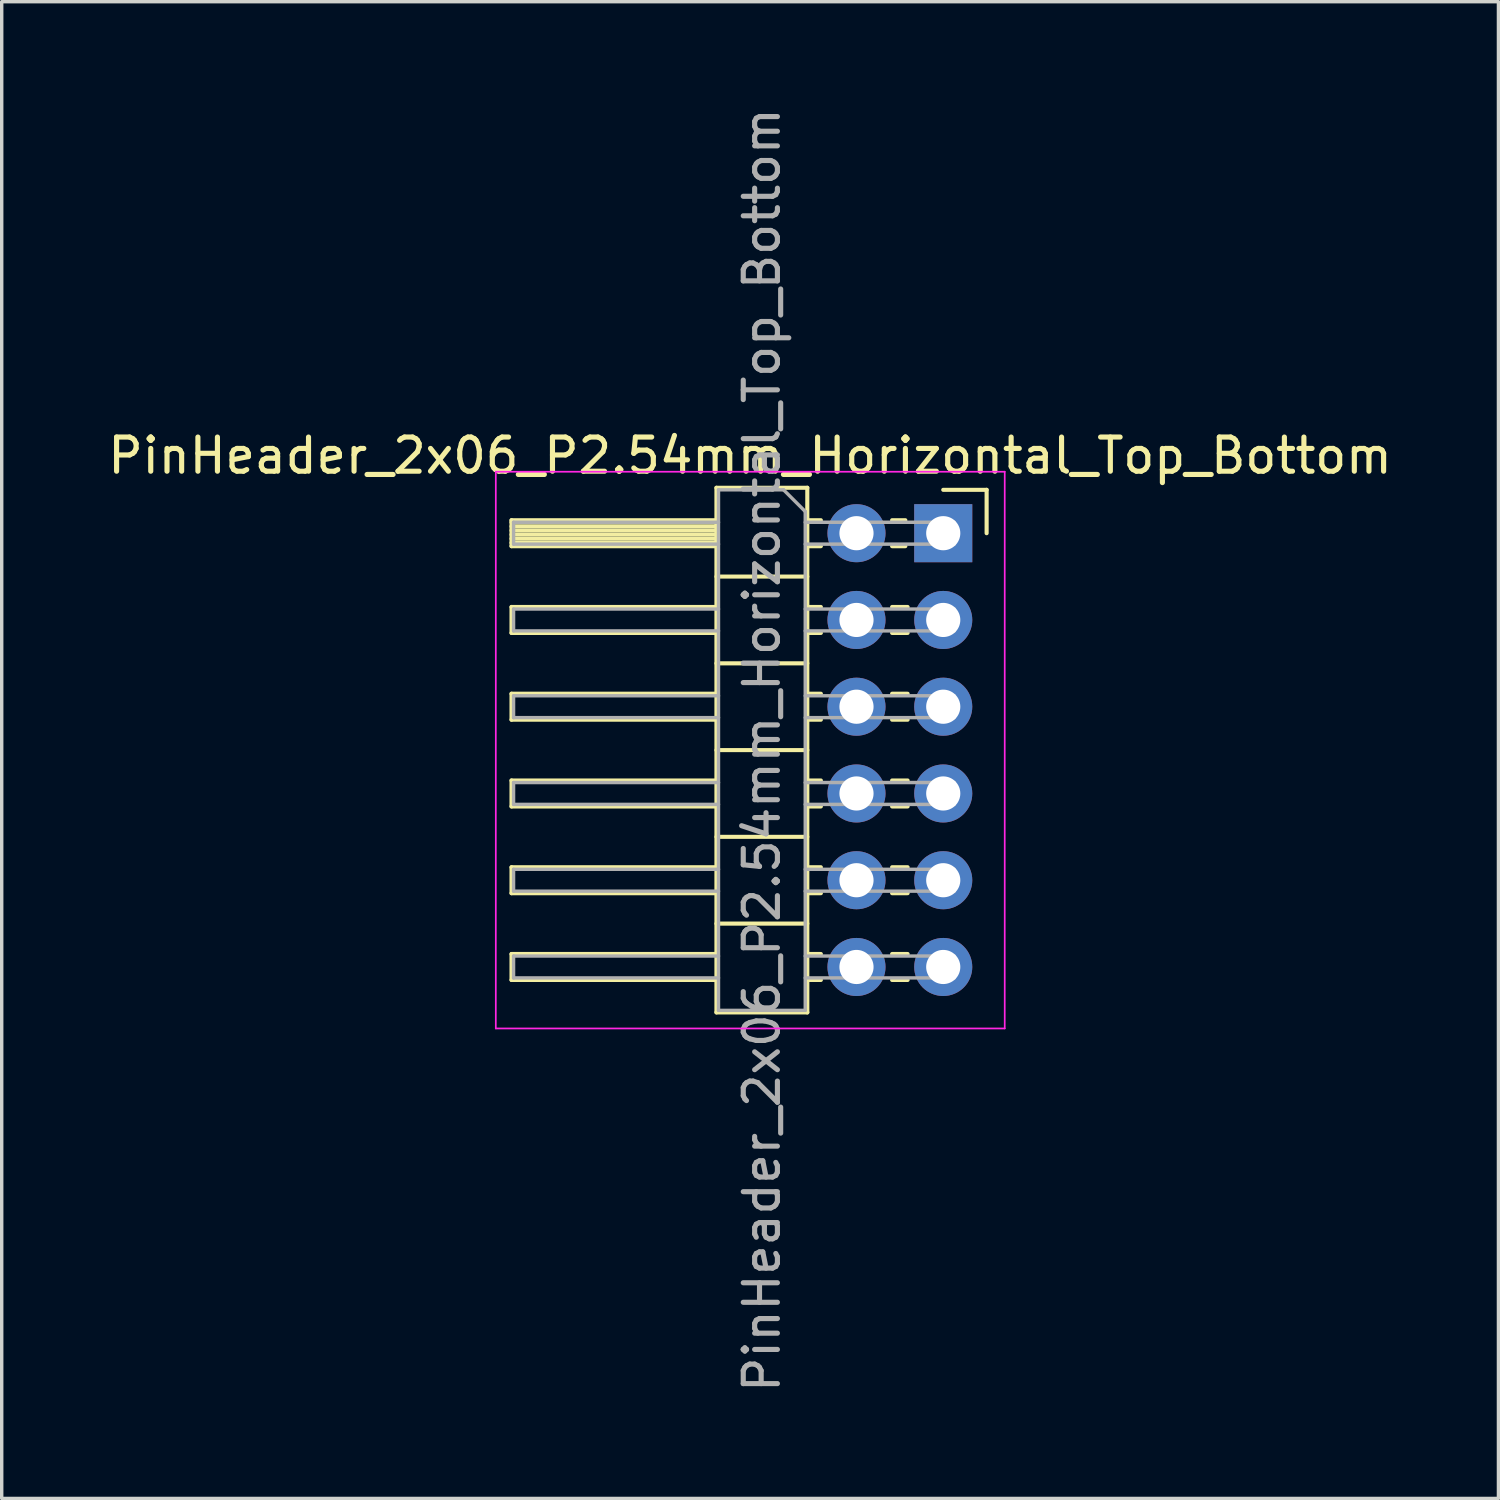
<source format=kicad_pcb>
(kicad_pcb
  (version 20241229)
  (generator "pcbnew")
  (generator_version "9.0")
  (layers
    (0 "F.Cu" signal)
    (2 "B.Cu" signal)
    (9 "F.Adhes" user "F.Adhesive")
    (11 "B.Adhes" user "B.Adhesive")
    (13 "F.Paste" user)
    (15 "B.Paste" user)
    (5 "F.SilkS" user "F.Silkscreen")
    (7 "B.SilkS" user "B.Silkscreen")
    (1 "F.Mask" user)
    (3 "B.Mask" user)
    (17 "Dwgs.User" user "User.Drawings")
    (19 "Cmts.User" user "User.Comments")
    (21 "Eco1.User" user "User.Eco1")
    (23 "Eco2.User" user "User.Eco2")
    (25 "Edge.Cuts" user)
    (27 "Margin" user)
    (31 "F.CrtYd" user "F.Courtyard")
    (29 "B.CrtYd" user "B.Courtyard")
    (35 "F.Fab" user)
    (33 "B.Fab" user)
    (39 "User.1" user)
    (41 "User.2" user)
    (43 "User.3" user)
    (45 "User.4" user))
  (footprint "PinHeader_2x06_P2.54mm_Horizontal_Top_Bottom"
    (layer "F.Cu")
    (at 24.566 12.561)
    (property "Reference" "PinHeader_2x06_P2.54mm_Horizontal_Top_Bottom" (at -5.655 -2.27 0) (layer "F.SilkS") (effects (font (size 1 1) (thickness 0.15))))
    (attr through_hole)
    (fp_line (start -12.64 -0.38) (end -12.64 0.38) (stroke (width 0.12) (type solid)) (layer "F.SilkS"))
    (fp_line (start -12.64 0.38) (end -6.64 0.38) (stroke (width 0.12) (type solid)) (layer "F.SilkS"))
    (fp_line (start -12.64 2.16) (end -12.64 2.92) (stroke (width 0.12) (type solid)) (layer "F.SilkS"))
    (fp_line (start -12.64 2.92) (end -6.64 2.92) (stroke (width 0.12) (type solid)) (layer "F.SilkS"))
    (fp_line (start -12.64 4.7) (end -12.64 5.46) (stroke (width 0.12) (type solid)) (layer "F.SilkS"))
    (fp_line (start -12.64 5.46) (end -6.64 5.46) (stroke (width 0.12) (type solid)) (layer "F.SilkS"))
    (fp_line (start -12.64 7.24) (end -12.64 8) (stroke (width 0.12) (type solid)) (layer "F.SilkS"))
    (fp_line (start -12.64 8) (end -6.64 8) (stroke (width 0.12) (type solid)) (layer "F.SilkS"))
    (fp_line (start -12.64 9.78) (end -12.64 10.54) (stroke (width 0.12) (type solid)) (layer "F.SilkS"))
    (fp_line (start -12.64 10.54) (end -6.64 10.54) (stroke (width 0.12) (type solid)) (layer "F.SilkS"))
    (fp_line (start -12.64 12.32) (end -12.64 13.08) (stroke (width 0.12) (type solid)) (layer "F.SilkS"))
    (fp_line (start -12.64 13.08) (end -6.64 13.08) (stroke (width 0.12) (type solid)) (layer "F.SilkS"))
    (fp_line (start -6.64 -1.33) (end -3.98 -1.33) (stroke (width 0.12) (type solid)) (layer "F.SilkS"))
    (fp_line (start -6.64 -0.38) (end -12.64 -0.38) (stroke (width 0.12) (type solid)) (layer "F.SilkS"))
    (fp_line (start -6.64 -0.32) (end -12.64 -0.32) (stroke (width 0.12) (type solid)) (layer "F.SilkS"))
    (fp_line (start -6.64 -0.2) (end -12.64 -0.2) (stroke (width 0.12) (type solid)) (layer "F.SilkS"))
    (fp_line (start -6.64 -0.08) (end -12.64 -0.08) (stroke (width 0.12) (type solid)) (layer "F.SilkS"))
    (fp_line (start -6.64 0.04) (end -12.64 0.04) (stroke (width 0.12) (type solid)) (layer "F.SilkS"))
    (fp_line (start -6.64 0.16) (end -12.64 0.16) (stroke (width 0.12) (type solid)) (layer "F.SilkS"))
    (fp_line (start -6.64 0.28) (end -12.64 0.28) (stroke (width 0.12) (type solid)) (layer "F.SilkS"))
    (fp_line (start -6.64 2.16) (end -12.64 2.16) (stroke (width 0.12) (type solid)) (layer "F.SilkS"))
    (fp_line (start -6.64 4.7) (end -12.64 4.7) (stroke (width 0.12) (type solid)) (layer "F.SilkS"))
    (fp_line (start -6.64 7.24) (end -12.64 7.24) (stroke (width 0.12) (type solid)) (layer "F.SilkS"))
    (fp_line (start -6.64 9.78) (end -12.64 9.78) (stroke (width 0.12) (type solid)) (layer "F.SilkS"))
    (fp_line (start -6.64 12.32) (end -12.64 12.32) (stroke (width 0.12) (type solid)) (layer "F.SilkS"))
    (fp_line (start -6.64 14.03) (end -6.64 -1.33) (stroke (width 0.12) (type solid)) (layer "F.SilkS"))
    (fp_line (start -3.98 -1.33) (end -3.98 14.03) (stroke (width 0.12) (type solid)) (layer "F.SilkS"))
    (fp_line (start -3.98 1.27) (end -6.64 1.27) (stroke (width 0.12) (type solid)) (layer "F.SilkS"))
    (fp_line (start -3.98 3.81) (end -6.64 3.81) (stroke (width 0.12) (type solid)) (layer "F.SilkS"))
    (fp_line (start -3.98 6.35) (end -6.64 6.35) (stroke (width 0.12) (type solid)) (layer "F.SilkS"))
    (fp_line (start -3.98 8.89) (end -6.64 8.89) (stroke (width 0.12) (type solid)) (layer "F.SilkS"))
    (fp_line (start -3.98 11.43) (end -6.64 11.43) (stroke (width 0.12) (type solid)) (layer "F.SilkS"))
    (fp_line (start -3.98 14.03) (end -6.64 14.03) (stroke (width 0.12) (type solid)) (layer "F.SilkS"))
    (fp_line (start -3.583 -0.38) (end -3.98 -0.38) (stroke (width 0.12) (type solid)) (layer "F.SilkS"))
    (fp_line (start -3.583 0.38) (end -3.98 0.38) (stroke (width 0.12) (type solid)) (layer "F.SilkS"))
    (fp_line (start -3.583 2.16) (end -3.98 2.16) (stroke (width 0.12) (type solid)) (layer "F.SilkS"))
    (fp_line (start -3.583 2.92) (end -3.98 2.92) (stroke (width 0.12) (type solid)) (layer "F.SilkS"))
    (fp_line (start -3.583 4.7) (end -3.98 4.7) (stroke (width 0.12) (type solid)) (layer "F.SilkS"))
    (fp_line (start -3.583 5.46) (end -3.98 5.46) (stroke (width 0.12) (type solid)) (layer "F.SilkS"))
    (fp_line (start -3.583 7.24) (end -3.98 7.24) (stroke (width 0.12) (type solid)) (layer "F.SilkS"))
    (fp_line (start -3.583 8) (end -3.98 8) (stroke (width 0.12) (type solid)) (layer "F.SilkS"))
    (fp_line (start -3.583 9.78) (end -3.98 9.78) (stroke (width 0.12) (type solid)) (layer "F.SilkS"))
    (fp_line (start -3.583 10.54) (end -3.98 10.54) (stroke (width 0.12) (type solid)) (layer "F.SilkS"))
    (fp_line (start -3.583 12.32) (end -3.98 12.32) (stroke (width 0.12) (type solid)) (layer "F.SilkS"))
    (fp_line (start -3.583 13.08) (end -3.98 13.08) (stroke (width 0.12) (type solid)) (layer "F.SilkS"))
    (fp_line (start -1.11 -0.38) (end -1.497 -0.38) (stroke (width 0.12) (type solid)) (layer "F.SilkS"))
    (fp_line (start -1.11 0.38) (end -1.497 0.38) (stroke (width 0.12) (type solid)) (layer "F.SilkS"))
    (fp_line (start -1.043 2.16) (end -1.497 2.16) (stroke (width 0.12) (type solid)) (layer "F.SilkS"))
    (fp_line (start -1.043 2.92) (end -1.497 2.92) (stroke (width 0.12) (type solid)) (layer "F.SilkS"))
    (fp_line (start -1.043 4.7) (end -1.497 4.7) (stroke (width 0.12) (type solid)) (layer "F.SilkS"))
    (fp_line (start -1.043 5.46) (end -1.497 5.46) (stroke (width 0.12) (type solid)) (layer "F.SilkS"))
    (fp_line (start -1.043 7.24) (end -1.497 7.24) (stroke (width 0.12) (type solid)) (layer "F.SilkS"))
    (fp_line (start -1.043 8) (end -1.497 8) (stroke (width 0.12) (type solid)) (layer "F.SilkS"))
    (fp_line (start -1.043 9.78) (end -1.497 9.78) (stroke (width 0.12) (type solid)) (layer "F.SilkS"))
    (fp_line (start -1.043 10.54) (end -1.497 10.54) (stroke (width 0.12) (type solid)) (layer "F.SilkS"))
    (fp_line (start -1.043 12.32) (end -1.497 12.32) (stroke (width 0.12) (type solid)) (layer "F.SilkS"))
    (fp_line (start -1.043 13.08) (end -1.497 13.08) (stroke (width 0.12) (type solid)) (layer "F.SilkS"))
    (fp_line (start 1.27 -1.27) (end 0 -1.27) (stroke (width 0.12) (type solid)) (layer "F.SilkS"))
    (fp_line (start 1.27 0) (end 1.27 -1.27) (stroke (width 0.12) (type solid)) (layer "F.SilkS"))
    (fp_line (start -13.1 -1.8) (end 1.8 -1.8) (stroke (width 0.05) (type solid)) (layer "F.CrtYd"))
    (fp_line (start -13.1 14.5) (end -13.1 -1.8) (stroke (width 0.05) (type solid)) (layer "F.CrtYd"))
    (fp_line (start 1.8 -1.8) (end 1.8 14.5) (stroke (width 0.05) (type solid)) (layer "F.CrtYd"))
    (fp_line (start 1.8 14.5) (end -13.1 14.5) (stroke (width 0.05) (type solid)) (layer "F.CrtYd"))
    (fp_line (start -12.58 -0.32) (end -12.58 0.32) (stroke (width 0.1) (type solid)) (layer "F.Fab"))
    (fp_line (start -12.58 2.22) (end -12.58 2.86) (stroke (width 0.1) (type solid)) (layer "F.Fab"))
    (fp_line (start -12.58 4.76) (end -12.58 5.4) (stroke (width 0.1) (type solid)) (layer "F.Fab"))
    (fp_line (start -12.58 7.3) (end -12.58 7.94) (stroke (width 0.1) (type solid)) (layer "F.Fab"))
    (fp_line (start -12.58 9.84) (end -12.58 10.48) (stroke (width 0.1) (type solid)) (layer "F.Fab"))
    (fp_line (start -12.58 12.38) (end -12.58 13.02) (stroke (width 0.1) (type solid)) (layer "F.Fab"))
    (fp_line (start -6.58 -1.27) (end -6.58 13.97) (stroke (width 0.1) (type solid)) (layer "F.Fab"))
    (fp_line (start -6.58 -0.32) (end -12.58 -0.32) (stroke (width 0.1) (type solid)) (layer "F.Fab"))
    (fp_line (start -6.58 0.32) (end -12.58 0.32) (stroke (width 0.1) (type solid)) (layer "F.Fab"))
    (fp_line (start -6.58 2.22) (end -12.58 2.22) (stroke (width 0.1) (type solid)) (layer "F.Fab"))
    (fp_line (start -6.58 2.86) (end -12.58 2.86) (stroke (width 0.1) (type solid)) (layer "F.Fab"))
    (fp_line (start -6.58 4.76) (end -12.58 4.76) (stroke (width 0.1) (type solid)) (layer "F.Fab"))
    (fp_line (start -6.58 5.4) (end -12.58 5.4) (stroke (width 0.1) (type solid)) (layer "F.Fab"))
    (fp_line (start -6.58 7.3) (end -12.58 7.3) (stroke (width 0.1) (type solid)) (layer "F.Fab"))
    (fp_line (start -6.58 7.94) (end -12.58 7.94) (stroke (width 0.1) (type solid)) (layer "F.Fab"))
    (fp_line (start -6.58 9.84) (end -12.58 9.84) (stroke (width 0.1) (type solid)) (layer "F.Fab"))
    (fp_line (start -6.58 10.48) (end -12.58 10.48) (stroke (width 0.1) (type solid)) (layer "F.Fab"))
    (fp_line (start -6.58 12.38) (end -12.58 12.38) (stroke (width 0.1) (type solid)) (layer "F.Fab"))
    (fp_line (start -6.58 13.02) (end -12.58 13.02) (stroke (width 0.1) (type solid)) (layer "F.Fab"))
    (fp_line (start -6.58 13.97) (end -4.04 13.97) (stroke (width 0.1) (type solid)) (layer "F.Fab"))
    (fp_line (start -4.675 -1.27) (end -6.58 -1.27) (stroke (width 0.1) (type solid)) (layer "F.Fab"))
    (fp_line (start -4.04 -0.635) (end -4.675 -1.27) (stroke (width 0.1) (type solid)) (layer "F.Fab"))
    (fp_line (start -4.04 13.97) (end -4.04 -0.635) (stroke (width 0.1) (type solid)) (layer "F.Fab"))
    (fp_line (start 0.32 -0.32) (end -4.04 -0.32) (stroke (width 0.1) (type solid)) (layer "F.Fab"))
    (fp_line (start 0.32 -0.32) (end 0.32 0.32) (stroke (width 0.1) (type solid)) (layer "F.Fab"))
    (fp_line (start 0.32 0.32) (end -4.04 0.32) (stroke (width 0.1) (type solid)) (layer "F.Fab"))
    (fp_line (start 0.32 2.22) (end -4.04 2.22) (stroke (width 0.1) (type solid)) (layer "F.Fab"))
    (fp_line (start 0.32 2.22) (end 0.32 2.86) (stroke (width 0.1) (type solid)) (layer "F.Fab"))
    (fp_line (start 0.32 2.86) (end -4.04 2.86) (stroke (width 0.1) (type solid)) (layer "F.Fab"))
    (fp_line (start 0.32 4.76) (end -4.04 4.76) (stroke (width 0.1) (type solid)) (layer "F.Fab"))
    (fp_line (start 0.32 4.76) (end 0.32 5.4) (stroke (width 0.1) (type solid)) (layer "F.Fab"))
    (fp_line (start 0.32 5.4) (end -4.04 5.4) (stroke (width 0.1) (type solid)) (layer "F.Fab"))
    (fp_line (start 0.32 7.3) (end -4.04 7.3) (stroke (width 0.1) (type solid)) (layer "F.Fab"))
    (fp_line (start 0.32 7.3) (end 0.32 7.94) (stroke (width 0.1) (type solid)) (layer "F.Fab"))
    (fp_line (start 0.32 7.94) (end -4.04 7.94) (stroke (width 0.1) (type solid)) (layer "F.Fab"))
    (fp_line (start 0.32 9.84) (end -4.04 9.84) (stroke (width 0.1) (type solid)) (layer "F.Fab"))
    (fp_line (start 0.32 9.84) (end 0.32 10.48) (stroke (width 0.1) (type solid)) (layer "F.Fab"))
    (fp_line (start 0.32 10.48) (end -4.04 10.48) (stroke (width 0.1) (type solid)) (layer "F.Fab"))
    (fp_line (start 0.32 12.38) (end -4.04 12.38) (stroke (width 0.1) (type solid)) (layer "F.Fab"))
    (fp_line (start 0.32 12.38) (end 0.32 13.02) (stroke (width 0.1) (type solid)) (layer "F.Fab"))
    (fp_line (start 0.32 13.02) (end -4.04 13.02) (stroke (width 0.1) (type solid)) (layer "F.Fab"))
    (fp_text user "${REFERENCE}" (at -5.31 6.35 90) (layer "F.Fab") (effects (font (size 1 1) (thickness 0.15))))
    (pad "1" thru_hole rect (at 0 0) (size 1.7 1.7) (drill 1) (layers "*.Cu" "*.Mask"))
    (pad "2" thru_hole oval (at 0 2.54) (size 1.7 1.7) (drill 1) (layers "*.Cu" "*.Mask"))
    (pad "3" thru_hole oval (at 0 5.08) (size 1.7 1.7) (drill 1) (layers "*.Cu" "*.Mask"))
    (pad "4" thru_hole oval (at 0 7.62) (size 1.7 1.7) (drill 1) (layers "*.Cu" "*.Mask"))
    (pad "5" thru_hole oval (at 0 10.16) (size 1.7 1.7) (drill 1) (layers "*.Cu" "*.Mask"))
    (pad "6" thru_hole oval (at 0 12.7) (size 1.7 1.7) (drill 1) (layers "*.Cu" "*.Mask"))
    (pad "7" thru_hole oval (at -2.54 0) (size 1.7 1.7) (drill 1) (layers "*.Cu" "*.Mask"))
    (pad "8" thru_hole oval (at -2.54 2.54) (size 1.7 1.7) (drill 1) (layers "*.Cu" "*.Mask"))
    (pad "9" thru_hole oval (at -2.54 5.08) (size 1.7 1.7) (drill 1) (layers "*.Cu" "*.Mask"))
    (pad "10" thru_hole oval (at -2.54 7.62) (size 1.7 1.7) (drill 1) (layers "*.Cu" "*.Mask"))
    (pad "11" thru_hole oval (at -2.54 10.16) (size 1.7 1.7) (drill 1) (layers "*.Cu" "*.Mask"))
    (pad "12" thru_hole oval (at -2.54 12.7) (size 1.7 1.7) (drill 1) (layers "*.Cu" "*.Mask")))
  (gr_rect
    (start -3 -3)
    (end 40.821 40.821)
    (stroke (width 0.1) (type default))
    (fill no)
    (layer "Edge.Cuts")))
</source>
